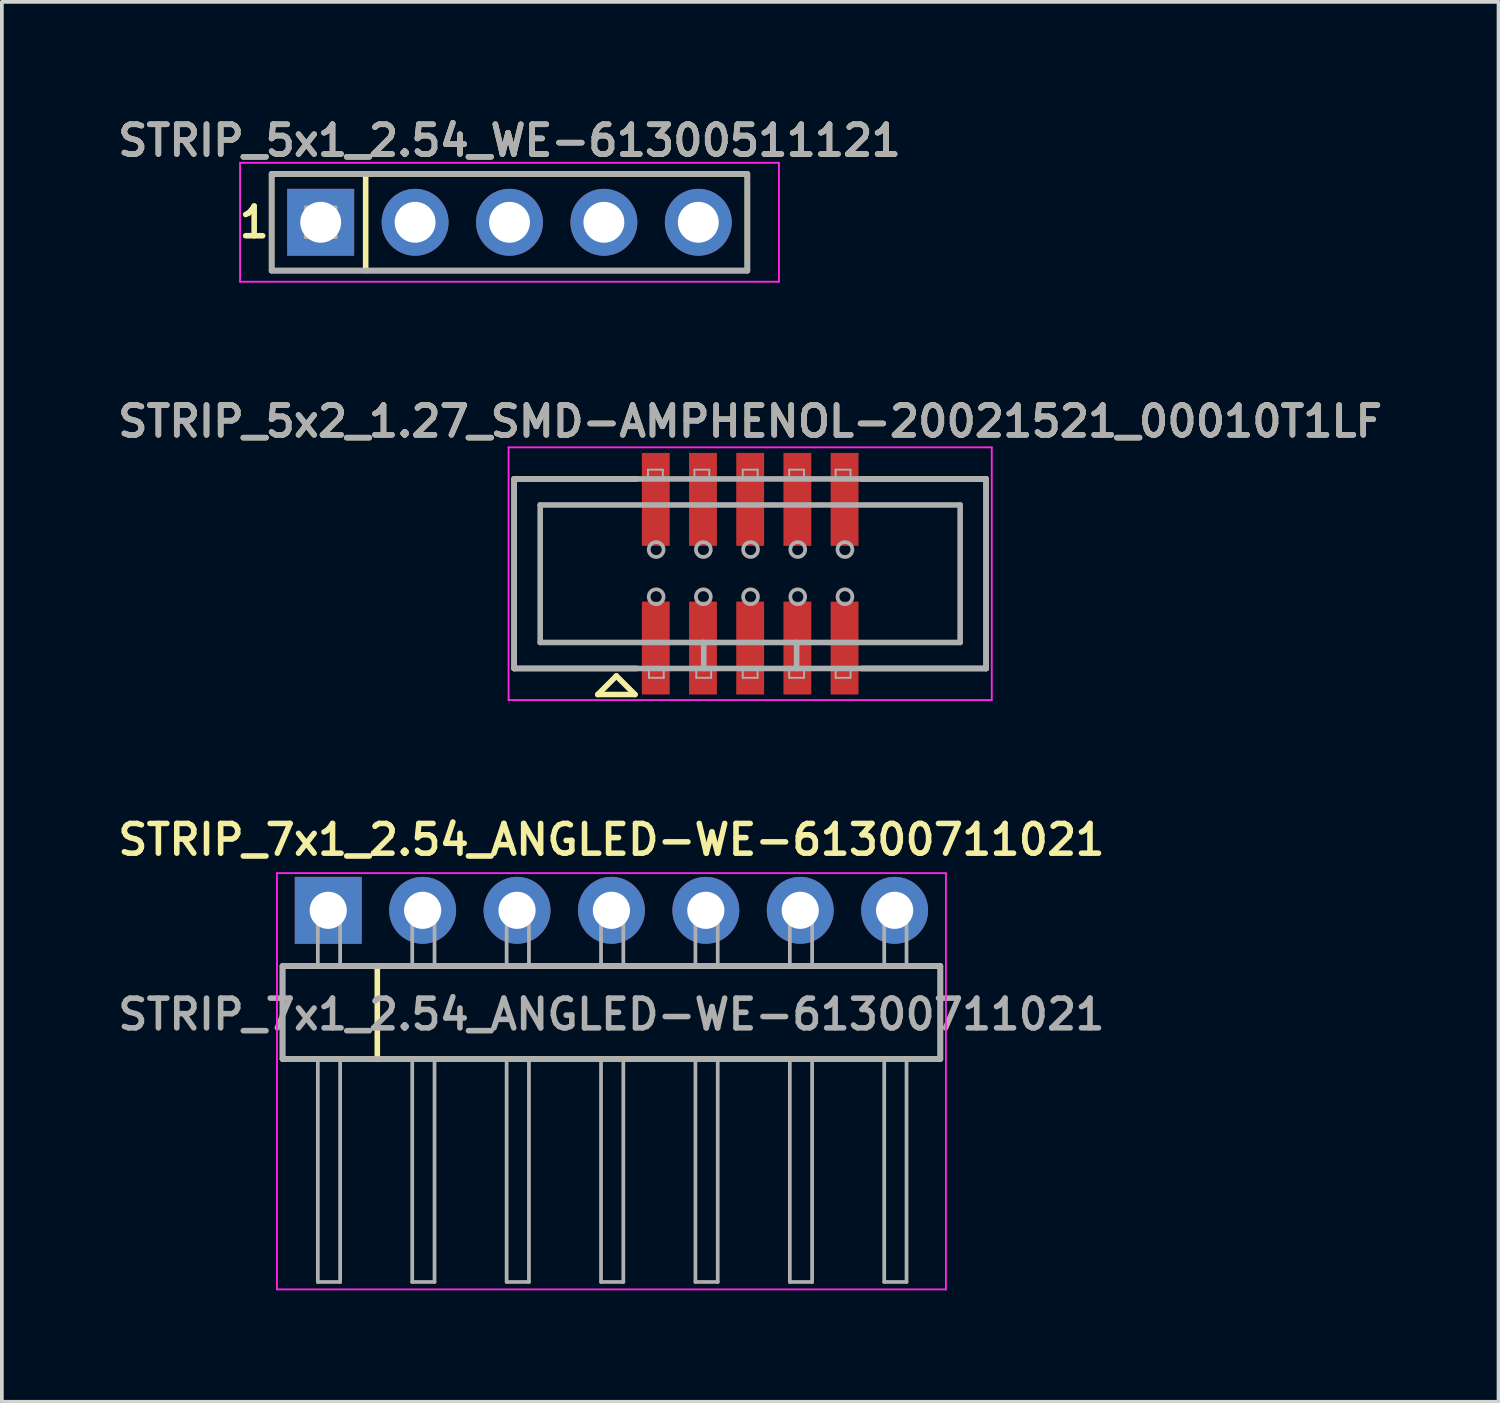
<source format=kicad_pcb>
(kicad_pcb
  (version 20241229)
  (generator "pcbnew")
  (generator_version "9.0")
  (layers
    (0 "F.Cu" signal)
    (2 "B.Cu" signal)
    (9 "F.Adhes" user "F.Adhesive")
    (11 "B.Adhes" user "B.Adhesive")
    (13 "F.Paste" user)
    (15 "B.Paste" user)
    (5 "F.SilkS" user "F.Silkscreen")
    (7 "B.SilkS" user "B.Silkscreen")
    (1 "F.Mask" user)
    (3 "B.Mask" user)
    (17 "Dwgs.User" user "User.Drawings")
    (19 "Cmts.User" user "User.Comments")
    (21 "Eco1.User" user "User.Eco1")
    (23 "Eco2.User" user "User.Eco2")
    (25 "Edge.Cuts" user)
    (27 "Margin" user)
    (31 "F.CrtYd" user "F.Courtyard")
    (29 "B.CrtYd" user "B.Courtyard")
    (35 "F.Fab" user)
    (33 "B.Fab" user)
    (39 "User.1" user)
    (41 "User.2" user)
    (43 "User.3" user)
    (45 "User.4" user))
  (footprint "STRIP_5x2_1.27_SMD-AMPHENOL-20021521_00010T1LF"
    (layer "F.Cu")
    (at 17.135 12.387)
    (property "Reference" "STRIP_5x2_1.27_SMD-AMPHENOL-20021521_00010T1LF" (at 0 -4.1 0) (layer "F.SilkS") (effects (font (size 0.8 0.8) (thickness 0.15))))
    (attr through_hole)
    (fp_line (start -6.35 -2.55) (end -3.05 -2.55) (stroke (width 0.15) (type solid)) (layer "F.SilkS"))
    (fp_line (start -6.35 2.55) (end -6.35 -2.55) (stroke (width 0.15) (type solid)) (layer "F.SilkS"))
    (fp_line (start -4.1 3.25) (end -3.1 3.25) (stroke (width 0.15) (type solid)) (layer "F.SilkS"))
    (fp_line (start -3.6 2.75) (end -4.1 3.25) (stroke (width 0.15) (type solid)) (layer "F.SilkS"))
    (fp_line (start -3.6 2.75) (end -3.1 3.25) (stroke (width 0.15) (type solid)) (layer "F.SilkS"))
    (fp_line (start -3.05 2.55) (end -6.35 2.55) (stroke (width 0.15) (type solid)) (layer "F.SilkS"))
    (fp_line (start 3 -2.55) (end 6.35 -2.55) (stroke (width 0.15) (type solid)) (layer "F.SilkS"))
    (fp_line (start 6.35 -2.55) (end 6.35 2.55) (stroke (width 0.15) (type solid)) (layer "F.SilkS"))
    (fp_line (start 6.35 2.55) (end 3 2.55) (stroke (width 0.15) (type solid)) (layer "F.SilkS"))
    (fp_line (start -6.5 -3.4) (end -6.5 3.4) (stroke (width 0.05) (type solid)) (layer "F.CrtYd"))
    (fp_line (start -6.5 3.4) (end 6.5 3.4) (stroke (width 0.05) (type solid)) (layer "F.CrtYd"))
    (fp_line (start 6.5 -3.4) (end -6.5 -3.4) (stroke (width 0.05) (type solid)) (layer "F.CrtYd"))
    (fp_line (start 6.5 3.4) (end 6.5 -3.4) (stroke (width 0.05) (type solid)) (layer "F.CrtYd"))
    (fp_line (start -6.35 2.55) (end -6.35 -2.55) (stroke (width 0.15) (type solid)) (layer "F.Fab"))
    (fp_line (start -6.35 2.55) (end 6.35 2.55) (stroke (width 0.15) (type solid)) (layer "F.Fab"))
    (fp_line (start -5.65 -1.85) (end 5.65 -1.85) (stroke (width 0.15) (type solid)) (layer "F.Fab"))
    (fp_line (start -5.65 1.85) (end -5.65 -1.85) (stroke (width 0.15) (type solid)) (layer "F.Fab"))
    (fp_line (start -2.75 -2.8) (end -2.75 -2.55) (stroke (width 0.05) (type solid)) (layer "F.Fab"))
    (fp_line (start -2.75 -2.8) (end -2.35 -2.8) (stroke (width 0.05) (type solid)) (layer "F.Fab"))
    (fp_line (start -2.725 2.575) (end -2.725 2.8) (stroke (width 0.05) (type solid)) (layer "F.Fab"))
    (fp_line (start -2.725 2.8) (end -2.325 2.8) (stroke (width 0.05) (type solid)) (layer "F.Fab"))
    (fp_line (start -2.35 -2.8) (end -2.35 -2.55) (stroke (width 0.05) (type solid)) (layer "F.Fab"))
    (fp_line (start -2.325 2.575) (end -2.325 2.8) (stroke (width 0.05) (type solid)) (layer "F.Fab"))
    (fp_line (start -1.5 -2.8) (end -1.5 -2.55) (stroke (width 0.05) (type solid)) (layer "F.Fab"))
    (fp_line (start -1.5 -2.8) (end -1.1 -2.8) (stroke (width 0.05) (type solid)) (layer "F.Fab"))
    (fp_line (start -1.45 2.55) (end -1.45 2.8) (stroke (width 0.05) (type solid)) (layer "F.Fab"))
    (fp_line (start -1.45 2.8) (end -1.05 2.8) (stroke (width 0.05) (type solid)) (layer "F.Fab"))
    (fp_line (start -1.25 1.85) (end -5.65 1.85) (stroke (width 0.15) (type solid)) (layer "F.Fab"))
    (fp_line (start -1.25 1.85) (end 1.25 1.85) (stroke (width 0.15) (type solid)) (layer "F.Fab"))
    (fp_line (start -1.25 2.55) (end -1.25 1.85) (stroke (width 0.15) (type solid)) (layer "F.Fab"))
    (fp_line (start -1.1 -2.8) (end -1.1 -2.55) (stroke (width 0.05) (type solid)) (layer "F.Fab"))
    (fp_line (start -1.05 2.55) (end -1.05 2.8) (stroke (width 0.05) (type solid)) (layer "F.Fab"))
    (fp_line (start -0.2 -2.8) (end -0.2 -2.55) (stroke (width 0.05) (type solid)) (layer "F.Fab"))
    (fp_line (start -0.2 -2.8) (end 0.2 -2.8) (stroke (width 0.05) (type solid)) (layer "F.Fab"))
    (fp_line (start -0.2 2.55) (end -0.2 2.8) (stroke (width 0.05) (type solid)) (layer "F.Fab"))
    (fp_line (start -0.2 2.8) (end 0.2 2.8) (stroke (width 0.05) (type solid)) (layer "F.Fab"))
    (fp_line (start 0.2 -2.8) (end 0.2 -2.55) (stroke (width 0.05) (type solid)) (layer "F.Fab"))
    (fp_line (start 0.2 2.55) (end 0.2 2.8) (stroke (width 0.05) (type solid)) (layer "F.Fab"))
    (fp_line (start 1.05 -2.8) (end 1.05 -2.55) (stroke (width 0.05) (type solid)) (layer "F.Fab"))
    (fp_line (start 1.05 -2.8) (end 1.45 -2.8) (stroke (width 0.05) (type solid)) (layer "F.Fab"))
    (fp_line (start 1.05 2.55) (end 1.05 2.8) (stroke (width 0.05) (type solid)) (layer "F.Fab"))
    (fp_line (start 1.05 2.8) (end 1.45 2.8) (stroke (width 0.05) (type solid)) (layer "F.Fab"))
    (fp_line (start 1.25 1.85) (end 1.25 2.55) (stroke (width 0.15) (type solid)) (layer "F.Fab"))
    (fp_line (start 1.45 -2.8) (end 1.45 -2.55) (stroke (width 0.05) (type solid)) (layer "F.Fab"))
    (fp_line (start 1.45 2.55) (end 1.45 2.8) (stroke (width 0.05) (type solid)) (layer "F.Fab"))
    (fp_line (start 2.3 -2.8) (end 2.3 -2.55) (stroke (width 0.05) (type solid)) (layer "F.Fab"))
    (fp_line (start 2.3 -2.8) (end 2.7 -2.8) (stroke (width 0.05) (type solid)) (layer "F.Fab"))
    (fp_line (start 2.3 2.55) (end 2.3 2.8) (stroke (width 0.05) (type solid)) (layer "F.Fab"))
    (fp_line (start 2.3 2.8) (end 2.7 2.8) (stroke (width 0.05) (type solid)) (layer "F.Fab"))
    (fp_line (start 2.7 -2.8) (end 2.7 -2.55) (stroke (width 0.05) (type solid)) (layer "F.Fab"))
    (fp_line (start 2.7 2.55) (end 2.7 2.8) (stroke (width 0.05) (type solid)) (layer "F.Fab"))
    (fp_line (start 5.65 -1.85) (end 5.65 1.85) (stroke (width 0.15) (type solid)) (layer "F.Fab"))
    (fp_line (start 5.65 1.85) (end 1.25 1.85) (stroke (width 0.15) (type solid)) (layer "F.Fab"))
    (fp_line (start 6.35 -2.55) (end -6.35 -2.55) (stroke (width 0.15) (type solid)) (layer "F.Fab"))
    (fp_line (start 6.35 -2.55) (end 6.35 2.55) (stroke (width 0.15) (type solid)) (layer "F.Fab"))
    (fp_circle (center -2.53 -0.65) (end -2.33 -0.65) (stroke (width 0.1) (type solid)) (fill no) (layer "F.Fab"))
    (fp_circle (center -2.53 0.62) (end -2.33 0.62) (stroke (width 0.1) (type solid)) (fill no) (layer "F.Fab"))
    (fp_circle (center -1.26 -0.65) (end -1.06 -0.65) (stroke (width 0.1) (type solid)) (fill no) (layer "F.Fab"))
    (fp_circle (center -1.26 0.62) (end -1.06 0.62) (stroke (width 0.1) (type solid)) (fill no) (layer "F.Fab"))
    (fp_circle (center 0.01 -0.65) (end 0.21 -0.65) (stroke (width 0.1) (type solid)) (fill no) (layer "F.Fab"))
    (fp_circle (center 0.01 0.62) (end 0.21 0.62) (stroke (width 0.1) (type solid)) (fill no) (layer "F.Fab"))
    (fp_circle (center 1.28 -0.65) (end 1.48 -0.65) (stroke (width 0.1) (type solid)) (fill no) (layer "F.Fab"))
    (fp_circle (center 1.28 0.62) (end 1.48 0.62) (stroke (width 0.1) (type solid)) (fill no) (layer "F.Fab"))
    (fp_circle (center 2.55 -0.65) (end 2.75 -0.65) (stroke (width 0.1) (type solid)) (fill no) (layer "F.Fab"))
    (fp_circle (center 2.55 0.62) (end 2.75 0.62) (stroke (width 0.1) (type solid)) (fill no) (layer "F.Fab"))
    (fp_text user "${REFERENCE}" (at 0 -4.1 0) (layer "F.Fab") (effects (font (size 0.8 0.8) (thickness 0.15))))
    (pad "1" smd rect (at -2.54 2) (size 0.75 2.5) (layers "F.Cu" "F.Mask" "F.Paste"))
    (pad "2" smd rect (at -2.54 -2) (size 0.75 2.5) (layers "F.Cu" "F.Mask" "F.Paste"))
    (pad "3" smd rect (at -1.27 2) (size 0.75 2.5) (layers "F.Cu" "F.Mask" "F.Paste"))
    (pad "4" smd rect (at -1.27 -2) (size 0.75 2.5) (layers "F.Cu" "F.Mask" "F.Paste"))
    (pad "5" smd rect (at 0 2) (size 0.75 2.5) (layers "F.Cu" "F.Mask" "F.Paste"))
    (pad "6" smd rect (at 0 -2) (size 0.75 2.5) (layers "F.Cu" "F.Mask" "F.Paste"))
    (pad "7" smd rect (at 1.27 2) (size 0.75 2.5) (layers "F.Cu" "F.Mask" "F.Paste"))
    (pad "8" smd rect (at 1.27 -2) (size 0.75 2.5) (layers "F.Cu" "F.Mask" "F.Paste"))
    (pad "9" smd rect (at 2.54 2) (size 0.75 2.5) (layers "F.Cu" "F.Mask" "F.Paste"))
    (pad "10" smd rect (at 2.54 -2) (size 0.75 2.5) (layers "F.Cu" "F.Mask" "F.Paste")))
  (footprint "STRIP_5x1_2.54_WE-61300511121"
    (layer "F.Cu")
    (at 10.659 2.931)
    (property "Reference" "STRIP_5x1_2.54_WE-61300511121" (at 0 -2.2 0) (layer "F.SilkS") (effects (font (size 0.8 0.8) (thickness 0.15))))
    (attr through_hole)
    (fp_line (start -6.4 -1.3) (end 6.4 -1.3) (stroke (width 0.15) (type solid)) (layer "F.SilkS"))
    (fp_line (start -6.4 1.3) (end -6.4 -1.3) (stroke (width 0.15) (type solid)) (layer "F.SilkS"))
    (fp_line (start -3.87 -1.3) (end -3.87 1.3) (stroke (width 0.15) (type solid)) (layer "F.SilkS"))
    (fp_line (start 6.4 -1.3) (end 6.4 1.3) (stroke (width 0.15) (type solid)) (layer "F.SilkS"))
    (fp_line (start 6.4 1.3) (end -6.4 1.3) (stroke (width 0.15) (type solid)) (layer "F.SilkS"))
    (fp_line (start -7.25 -1.6) (end 7.25 -1.6) (stroke (width 0.05) (type solid)) (layer "F.CrtYd"))
    (fp_line (start -7.25 1.6) (end -7.25 -1.6) (stroke (width 0.05) (type solid)) (layer "F.CrtYd"))
    (fp_line (start 7.25 -1.6) (end 7.25 1.6) (stroke (width 0.05) (type solid)) (layer "F.CrtYd"))
    (fp_line (start 7.25 1.6) (end -7.25 1.6) (stroke (width 0.05) (type solid)) (layer "F.CrtYd"))
    (fp_line (start -6.4 -1.3) (end 6.4 -1.3) (stroke (width 0.15) (type solid)) (layer "F.Fab"))
    (fp_line (start -6.4 1.3) (end -6.4 -1.3) (stroke (width 0.15) (type solid)) (layer "F.Fab"))
    (fp_line (start -5.48 -0.4) (end -4.68 -0.4) (stroke (width 0.1) (type solid)) (layer "F.Fab"))
    (fp_line (start -5.48 0) (end -4.68 0) (stroke (width 0.1) (type solid)) (layer "F.Fab"))
    (fp_line (start -5.48 0.4) (end -5.48 -0.4) (stroke (width 0.1) (type solid)) (layer "F.Fab"))
    (fp_line (start -5.08 -0.4) (end -5.08 0.4) (stroke (width 0.1) (type solid)) (layer "F.Fab"))
    (fp_line (start -4.68 -0.4) (end -4.68 0.4) (stroke (width 0.1) (type solid)) (layer "F.Fab"))
    (fp_line (start -4.68 0.4) (end -5.48 0.4) (stroke (width 0.1) (type solid)) (layer "F.Fab"))
    (fp_line (start -2.94 0) (end -2.14 0) (stroke (width 0.1) (type solid)) (layer "F.Fab"))
    (fp_line (start -2.54 -0.4) (end -2.54 0.4) (stroke (width 0.1) (type solid)) (layer "F.Fab"))
    (fp_line (start -0.4 0) (end 0.4 0) (stroke (width 0.1) (type solid)) (layer "F.Fab"))
    (fp_line (start 0 -0.4) (end 0 0.4) (stroke (width 0.1) (type solid)) (layer "F.Fab"))
    (fp_line (start 2.14 0) (end 2.94 0) (stroke (width 0.1) (type solid)) (layer "F.Fab"))
    (fp_line (start 2.54 -0.4) (end 2.54 0.4) (stroke (width 0.1) (type solid)) (layer "F.Fab"))
    (fp_line (start 4.68 0) (end 5.48 0) (stroke (width 0.1) (type solid)) (layer "F.Fab"))
    (fp_line (start 5.08 -0.4) (end 5.08 0.4) (stroke (width 0.1) (type solid)) (layer "F.Fab"))
    (fp_line (start 6.4 -1.3) (end 6.4 1.3) (stroke (width 0.15) (type solid)) (layer "F.Fab"))
    (fp_line (start 6.4 1.3) (end -6.4 1.3) (stroke (width 0.15) (type solid)) (layer "F.Fab"))
    (fp_circle (center -2.54 0) (end -2.14 0) (stroke (width 0.1) (type solid)) (fill no) (layer "F.Fab"))
    (fp_circle (center 0 0) (end 0.4 0) (stroke (width 0.1) (type solid)) (fill no) (layer "F.Fab"))
    (fp_circle (center 2.54 0) (end 2.94 0) (stroke (width 0.1) (type solid)) (fill no) (layer "F.Fab"))
    (fp_circle (center 5.08 0) (end 5.48 0) (stroke (width 0.1) (type solid)) (fill no) (layer "F.Fab"))
    (fp_text user "1" (at -6.87 0 0) (layer "F.SilkS") (effects (font (size 0.8 0.8) (thickness 0.15))))
    (fp_text user "${REFERENCE}" (at 0 -2.2 0) (layer "F.Fab") (effects (font (size 0.8 0.8) (thickness 0.15))))
    (pad "1" thru_hole rect (at -5.08 0) (size 1.8 1.8) (drill 1.1) (layers "*.Cu" "*.Mask"))
    (pad "2" thru_hole circle (at -2.54 0) (size 1.8 1.8) (drill 1.1) (layers "*.Cu" "*.Mask"))
    (pad "3" thru_hole circle (at 0 0) (size 1.8 1.8) (drill 1.1) (layers "*.Cu" "*.Mask"))
    (pad "4" thru_hole circle (at 2.54 0) (size 1.8 1.8) (drill 1.1) (layers "*.Cu" "*.Mask"))
    (pad "5" thru_hole circle (at 5.08 0) (size 1.8 1.8) (drill 1.1) (layers "*.Cu" "*.Mask")))
  (footprint "STRIP_7x1_2.54_ANGLED-WE-61300711021"
    (layer "F.Cu")
    (at 13.402 21.444)
    (property "Reference" "STRIP_7x1_2.54_ANGLED-WE-61300711021" (at 0 -1.9 0) (layer "F.SilkS") (effects (font (size 0.8 0.8) (thickness 0.15))))
    (attr through_hole)
    (fp_line (start -8.85 1.5) (end 8.85 1.5) (stroke (width 0.15) (type solid)) (layer "F.SilkS"))
    (fp_line (start -8.85 4) (end -8.85 1.5) (stroke (width 0.15) (type solid)) (layer "F.SilkS"))
    (fp_line (start -6.3 1.5) (end -6.3 4) (stroke (width 0.15) (type solid)) (layer "F.SilkS"))
    (fp_line (start 8.85 1.5) (end 8.85 4) (stroke (width 0.15) (type solid)) (layer "F.SilkS"))
    (fp_line (start 8.85 4) (end -8.85 4) (stroke (width 0.15) (type solid)) (layer "F.SilkS"))
    (fp_line (start -9 -1) (end 9 -1) (stroke (width 0.05) (type solid)) (layer "F.CrtYd"))
    (fp_line (start -9 10.2) (end -9 -1) (stroke (width 0.05) (type solid)) (layer "F.CrtYd"))
    (fp_line (start 9 -1) (end 9 10.2) (stroke (width 0.05) (type solid)) (layer "F.CrtYd"))
    (fp_line (start 9 10.2) (end -9 10.2) (stroke (width 0.05) (type solid)) (layer "F.CrtYd"))
    (fp_line (start -8.85 1.5) (end 8.85 1.5) (stroke (width 0.15) (type solid)) (layer "F.Fab"))
    (fp_line (start -8.85 4) (end -8.85 1.5) (stroke (width 0.15) (type solid)) (layer "F.Fab"))
    (fp_line (start -7.9 0) (end -7.9 1.5) (stroke (width 0.1) (type solid)) (layer "F.Fab"))
    (fp_line (start -7.9 10) (end -7.9 4) (stroke (width 0.1) (type solid)) (layer "F.Fab"))
    (fp_line (start -7.3 0) (end -7.9 0) (stroke (width 0.1) (type solid)) (layer "F.Fab"))
    (fp_line (start -7.3 1.5) (end -7.3 0) (stroke (width 0.1) (type solid)) (layer "F.Fab"))
    (fp_line (start -7.3 4) (end -7.3 10) (stroke (width 0.1) (type solid)) (layer "F.Fab"))
    (fp_line (start -7.3 10) (end -7.9 10) (stroke (width 0.1) (type solid)) (layer "F.Fab"))
    (fp_line (start -5.36 0) (end -5.36 1.5) (stroke (width 0.1) (type solid)) (layer "F.Fab"))
    (fp_line (start -5.36 10) (end -5.36 4) (stroke (width 0.1) (type solid)) (layer "F.Fab"))
    (fp_line (start -4.76 0) (end -5.36 0) (stroke (width 0.1) (type solid)) (layer "F.Fab"))
    (fp_line (start -4.76 1.5) (end -4.76 0) (stroke (width 0.1) (type solid)) (layer "F.Fab"))
    (fp_line (start -4.76 4) (end -4.76 10) (stroke (width 0.1) (type solid)) (layer "F.Fab"))
    (fp_line (start -4.76 10) (end -5.36 10) (stroke (width 0.1) (type solid)) (layer "F.Fab"))
    (fp_line (start -2.82 0) (end -2.82 1.5) (stroke (width 0.1) (type solid)) (layer "F.Fab"))
    (fp_line (start -2.82 10) (end -2.82 4) (stroke (width 0.1) (type solid)) (layer "F.Fab"))
    (fp_line (start -2.22 0) (end -2.82 0) (stroke (width 0.1) (type solid)) (layer "F.Fab"))
    (fp_line (start -2.22 1.5) (end -2.22 0) (stroke (width 0.1) (type solid)) (layer "F.Fab"))
    (fp_line (start -2.22 4) (end -2.22 10) (stroke (width 0.1) (type solid)) (layer "F.Fab"))
    (fp_line (start -2.22 10) (end -2.82 10) (stroke (width 0.1) (type solid)) (layer "F.Fab"))
    (fp_line (start -0.28 0) (end -0.28 1.5) (stroke (width 0.1) (type solid)) (layer "F.Fab"))
    (fp_line (start -0.28 10) (end -0.28 4) (stroke (width 0.1) (type solid)) (layer "F.Fab"))
    (fp_line (start 0.32 0) (end -0.28 0) (stroke (width 0.1) (type solid)) (layer "F.Fab"))
    (fp_line (start 0.32 1.5) (end 0.32 0) (stroke (width 0.1) (type solid)) (layer "F.Fab"))
    (fp_line (start 0.32 4) (end 0.32 10) (stroke (width 0.1) (type solid)) (layer "F.Fab"))
    (fp_line (start 0.32 10) (end -0.28 10) (stroke (width 0.1) (type solid)) (layer "F.Fab"))
    (fp_line (start 2.26 0) (end 2.26 1.5) (stroke (width 0.1) (type solid)) (layer "F.Fab"))
    (fp_line (start 2.26 10) (end 2.26 4) (stroke (width 0.1) (type solid)) (layer "F.Fab"))
    (fp_line (start 2.86 0) (end 2.26 0) (stroke (width 0.1) (type solid)) (layer "F.Fab"))
    (fp_line (start 2.86 1.5) (end 2.86 0) (stroke (width 0.1) (type solid)) (layer "F.Fab"))
    (fp_line (start 2.86 4) (end 2.86 10) (stroke (width 0.1) (type solid)) (layer "F.Fab"))
    (fp_line (start 2.86 10) (end 2.26 10) (stroke (width 0.1) (type solid)) (layer "F.Fab"))
    (fp_line (start 4.8 0) (end 4.8 1.5) (stroke (width 0.1) (type solid)) (layer "F.Fab"))
    (fp_line (start 4.8 10) (end 4.8 4) (stroke (width 0.1) (type solid)) (layer "F.Fab"))
    (fp_line (start 5.4 0) (end 4.8 0) (stroke (width 0.1) (type solid)) (layer "F.Fab"))
    (fp_line (start 5.4 1.5) (end 5.4 0) (stroke (width 0.1) (type solid)) (layer "F.Fab"))
    (fp_line (start 5.4 4) (end 5.4 10) (stroke (width 0.1) (type solid)) (layer "F.Fab"))
    (fp_line (start 5.4 10) (end 4.8 10) (stroke (width 0.1) (type solid)) (layer "F.Fab"))
    (fp_line (start 7.34 0) (end 7.34 1.5) (stroke (width 0.1) (type solid)) (layer "F.Fab"))
    (fp_line (start 7.34 10) (end 7.34 4) (stroke (width 0.1) (type solid)) (layer "F.Fab"))
    (fp_line (start 7.94 0) (end 7.34 0) (stroke (width 0.1) (type solid)) (layer "F.Fab"))
    (fp_line (start 7.94 1.5) (end 7.94 0) (stroke (width 0.1) (type solid)) (layer "F.Fab"))
    (fp_line (start 7.94 4) (end 7.94 10) (stroke (width 0.1) (type solid)) (layer "F.Fab"))
    (fp_line (start 7.94 10) (end 7.34 10) (stroke (width 0.1) (type solid)) (layer "F.Fab"))
    (fp_line (start 8.85 1.5) (end 8.85 4) (stroke (width 0.15) (type solid)) (layer "F.Fab"))
    (fp_line (start 8.85 4) (end -8.85 4) (stroke (width 0.15) (type solid)) (layer "F.Fab"))
    (fp_text user "${REFERENCE}" (at 0 2.8 0) (layer "F.Fab") (effects (font (size 0.8 0.8) (thickness 0.15))))
    (pad "1" thru_hole rect (at -7.62 0) (size 1.8 1.8) (drill 1) (layers "*.Cu" "*.Mask"))
    (pad "2" thru_hole circle (at -5.08 0) (size 1.8 1.8) (drill 1) (layers "*.Cu" "*.Mask"))
    (pad "3" thru_hole circle (at -2.54 0) (size 1.8 1.8) (drill 1) (layers "*.Cu" "*.Mask"))
    (pad "4" thru_hole circle (at 0 0) (size 1.8 1.8) (drill 1) (layers "*.Cu" "*.Mask"))
    (pad "5" thru_hole circle (at 2.54 0) (size 1.8 1.8) (drill 1) (layers "*.Cu" "*.Mask"))
    (pad "6" thru_hole circle (at 5.08 0) (size 1.8 1.8) (drill 1) (layers "*.Cu" "*.Mask"))
    (pad "7" thru_hole circle (at 7.62 0) (size 1.8 1.8) (drill 1) (layers "*.Cu" "*.Mask")))
  (gr_rect
    (start -3 -3)
    (end 37.271 34.669)
    (stroke (width 0.1) (type default))
    (fill no)
    (layer "Edge.Cuts")))
</source>
